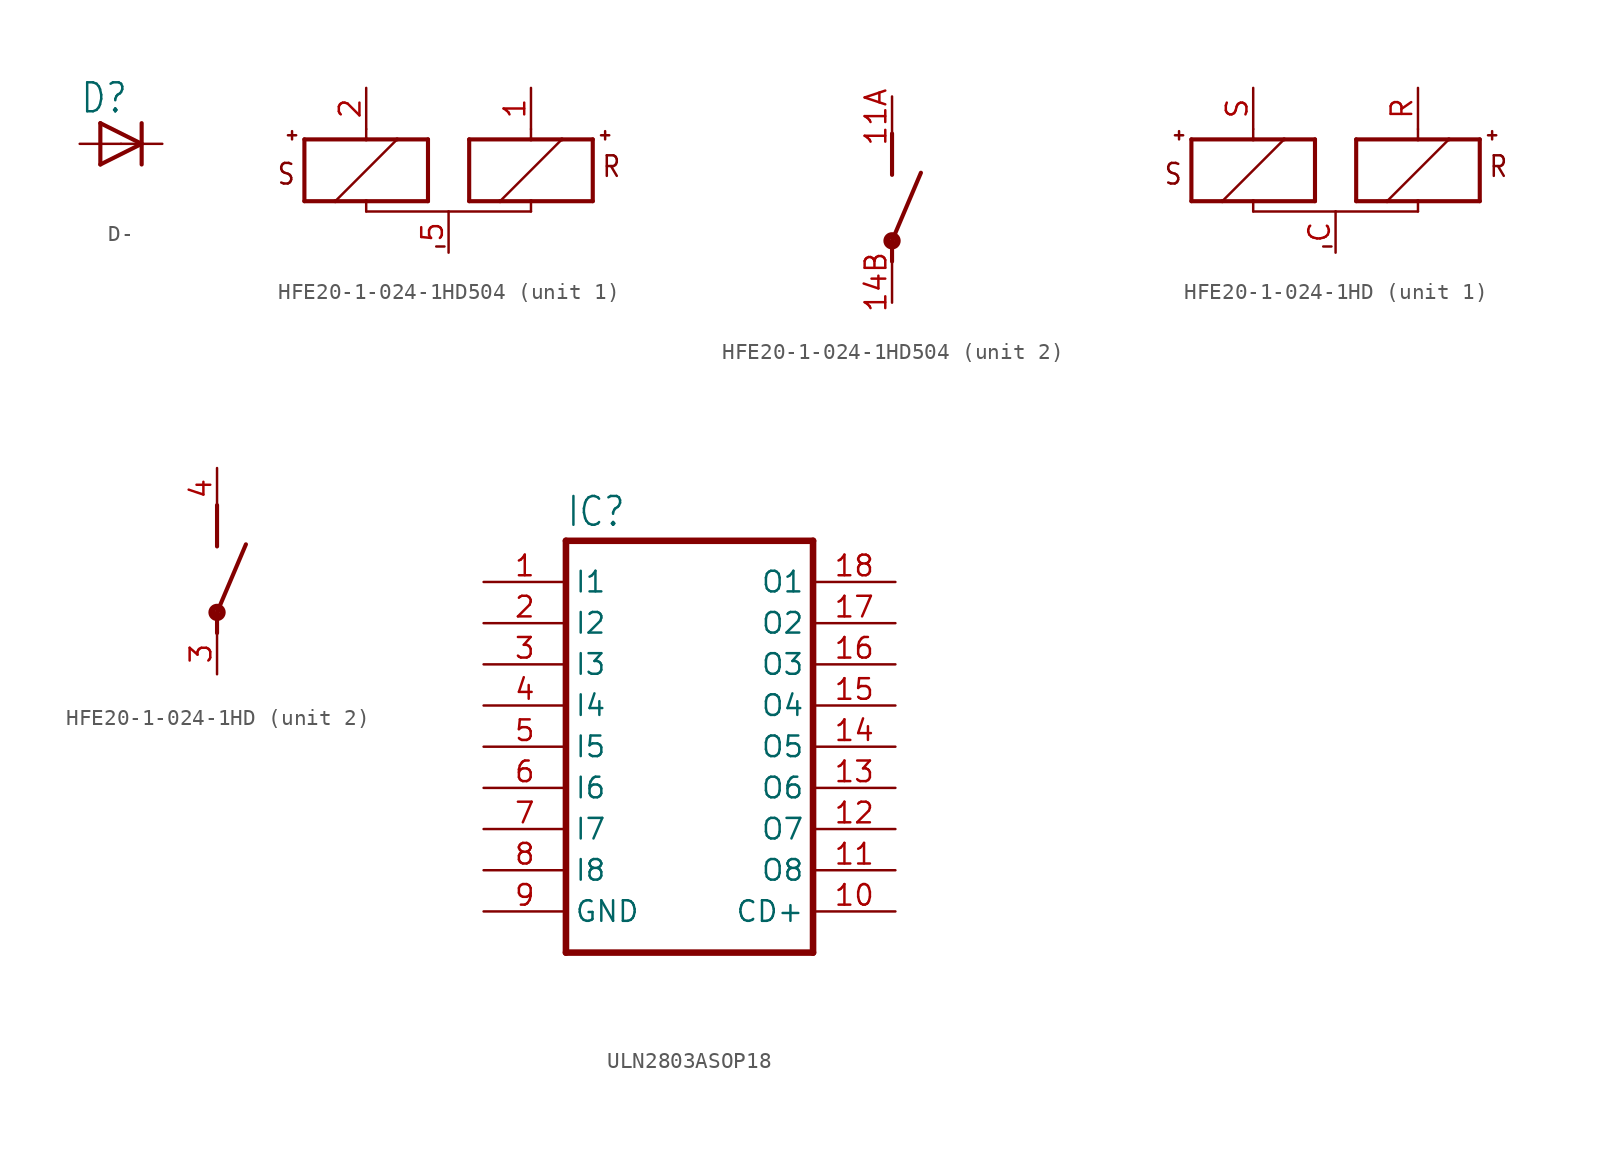
<source format=kicad_sym>
(kicad_symbol_lib
  (version 20220914)
  (generator kicad_symbol_editor)
  (symbol "D-"
    (property "Reference" "D"
      (at -2.54 1.778 0)
      (effects (font (size 1.778 1.511)) (justify left bottom)))
    (property "Value" ""
      (at -2.54 -3.683 0)
      (effects (font (size 1.778 1.511)) (justify left bottom)))
    (property "ki_locked" ""
      (at 0 0 0)
      (effects (font (size 1.27 1.27))))
    (symbol "D-_1_0"
      (polyline (pts (xy -1.27 -1.27) (xy 1.27 0)) (stroke (width 0.254) (type solid)) (fill (type none)))
      (polyline (pts (xy -1.27 1.27) (xy -1.27 -1.27)) (stroke (width 0.254) (type solid)) (fill (type none)))
      (polyline (pts (xy 1.27 0) (xy -1.27 1.27)) (stroke (width 0.254) (type solid)) (fill (type none)))
      (polyline (pts (xy 1.27 0) (xy 1.27 -1.27)) (stroke (width 0.254) (type solid)) (fill (type none)))
      (polyline (pts (xy 1.27 1.27) (xy 1.27 0)) (stroke (width 0.254) (type solid)) (fill (type none)))
      (pin passive line (at 2.54 0 180) (length 2.54) (name "C" (effects (font (size 0 0)))) (number "1" (effects (font (size 0 0)))))
      (pin passive line (at -2.54 0 0) (length 2.54) (name "A" (effects (font (size 0 0)))) (number "2" (effects (font (size 0 0)))))))
  (symbol "HFE20-1-024-1HD504"
    (property "Reference" ""
      (at 2.54 0 0)
      (effects (font (size 1.778 1.511)) (justify left bottom) hide))
    (property "ki_locked" ""
      (at 0 0 0)
      (effects (font (size 1.27 1.27))))
    (symbol "HFE20-1-024-1HD504_1_0"
      (polyline (pts (xy -14.732 2.413) (xy -14.732 1.905)) (stroke (width 0.152) (type solid)) (fill (type none)))
      (polyline (pts (xy -14.478 2.159) (xy -14.986 2.159)) (stroke (width 0.152) (type solid)) (fill (type none)))
      (polyline (pts (xy -13.97 -1.905) (xy -12.065 -1.905)) (stroke (width 0.254) (type solid)) (fill (type none)))
      (polyline (pts (xy -13.97 1.905) (xy -13.97 -1.905)) (stroke (width 0.254) (type solid)) (fill (type none)))
      (polyline (pts (xy -12.065 -1.905) (xy -10.16 -1.905)) (stroke (width 0.254) (type solid)) (fill (type none)))
      (polyline (pts (xy -10.16 -2.54) (xy -10.16 -1.905)) (stroke (width 0.152) (type solid)) (fill (type none)))
      (polyline (pts (xy -10.16 -1.905) (xy -6.35 -1.905)) (stroke (width 0.254) (type solid)) (fill (type none)))
      (polyline (pts (xy -10.16 1.905) (xy -13.97 1.905)) (stroke (width 0.254) (type solid)) (fill (type none)))
      (polyline (pts (xy -10.16 2.54) (xy -10.16 1.905)) (stroke (width 0.152) (type solid)) (fill (type none)))
      (polyline (pts (xy -8.255 1.905) (xy -12.065 -1.905)) (stroke (width 0.152) (type solid)) (fill (type none)))
      (polyline (pts (xy -8.255 1.905) (xy -10.16 1.905)) (stroke (width 0.254) (type solid)) (fill (type none)))
      (polyline (pts (xy -6.35 -1.905) (xy -6.35 1.905)) (stroke (width 0.254) (type solid)) (fill (type none)))
      (polyline (pts (xy -6.35 1.905) (xy -8.255 1.905)) (stroke (width 0.254) (type solid)) (fill (type none)))
      (polyline (pts (xy -5.842 -4.699) (xy -5.334 -4.699)) (stroke (width 0.152) (type solid)) (fill (type none)))
      (polyline (pts (xy -5.08 -2.54) (xy -10.16 -2.54)) (stroke (width 0.152) (type solid)) (fill (type none)))
      (polyline (pts (xy -5.08 -2.54) (xy 0 -2.54)) (stroke (width 0.152) (type solid)) (fill (type none)))
      (polyline (pts (xy -3.81 -1.905) (xy -1.905 -1.905)) (stroke (width 0.254) (type solid)) (fill (type none)))
      (polyline (pts (xy -3.81 1.905) (xy -3.81 -1.905)) (stroke (width 0.254) (type solid)) (fill (type none)))
      (polyline (pts (xy -1.905 -1.905) (xy 0 -1.905)) (stroke (width 0.254) (type solid)) (fill (type none)))
      (polyline (pts (xy -1.905 -1.905) (xy 1.905 1.905)) (stroke (width 0.152) (type solid)) (fill (type none)))
      (polyline (pts (xy 0 -2.54) (xy 0 -1.905)) (stroke (width 0.152) (type solid)) (fill (type none)))
      (polyline (pts (xy 0 -1.905) (xy 3.81 -1.905)) (stroke (width 0.254) (type solid)) (fill (type none)))
      (polyline (pts (xy 0 1.905) (xy -3.81 1.905)) (stroke (width 0.254) (type solid)) (fill (type none)))
      (polyline (pts (xy 0 2.54) (xy 0 1.905)) (stroke (width 0.152) (type solid)) (fill (type none)))
      (polyline (pts (xy 1.905 1.905) (xy 0 1.905)) (stroke (width 0.254) (type solid)) (fill (type none)))
      (polyline (pts (xy 3.81 -1.905) (xy 3.81 1.905)) (stroke (width 0.254) (type solid)) (fill (type none)))
      (polyline (pts (xy 3.81 1.905) (xy 1.905 1.905)) (stroke (width 0.254) (type solid)) (fill (type none)))
      (polyline (pts (xy 4.318 2.159) (xy 4.826 2.159)) (stroke (width 0.152) (type solid)) (fill (type none)))
      (polyline (pts (xy 4.572 2.413) (xy 4.572 1.905)) (stroke (width 0.152) (type solid)) (fill (type none)))
      (text "R" (at 4.318 -0.508 0) (effects (font (size 1.27 1.079)) (justify left bottom)))
      (text "S" (at -14.478 0.508 0) (effects (font (size 1.27 1.079)) (justify right top)))
      (pin passive line (at 0 5.08 270) (length 2.54) (name "R+" (effects (font (size 0 0)))) (number "1" (effects (font (size 1.27 1.27)))))
      (pin passive line (at -10.16 5.08 270) (length 2.54) (name "S+" (effects (font (size 0 0)))) (number "2" (effects (font (size 1.27 1.27)))))
      (pin passive line (at -5.08 -5.08 90) (length 2.54) (name "-" (effects (font (size 0 0)))) (number "5" (effects (font (size 1.27 1.27))))))
    (symbol "HFE20-1-024-1HD504_2_0"
      (polyline (pts (xy 0 1.27) (xy 0 0)) (stroke (width 0.254) (type solid)) (fill (type none)))
      (polyline (pts (xy 0 1.27) (xy 1.778 5.461)) (stroke (width 0.254) (type solid)) (fill (type none)))
      (polyline (pts (xy 0 5.334) (xy 0 7.874)) (stroke (width 0.254) (type solid)) (fill (type none)))
      (circle (center 0 1.27) (radius 0.127) (stroke (width 0.406) (type solid)) (fill (type none)))
      (pin passive line (at 0 10.16 270) (length 2.54) (name "PB" (effects (font (size 0 0)))) (number "11A" (effects (font (size 1.27 1.27)))))
      (pin passive line (at 0 -2.54 90) (length 2.54) (name "PA" (effects (font (size 0 0)))) (number "14B" (effects (font (size 1.27 1.27)))))))
  (symbol "HFE20-1-024-1HD"
    (property "Reference" ""
      (at 2.54 0 0)
      (effects (font (size 1.778 1.511)) (justify left bottom) hide))
    (property "ki_locked" ""
      (at 0 0 0)
      (effects (font (size 1.27 1.27))))
    (symbol "HFE20-1-024-1HD_1_0"
      (polyline (pts (xy -14.732 2.413) (xy -14.732 1.905)) (stroke (width 0.152) (type solid)) (fill (type none)))
      (polyline (pts (xy -14.478 2.159) (xy -14.986 2.159)) (stroke (width 0.152) (type solid)) (fill (type none)))
      (polyline (pts (xy -13.97 -1.905) (xy -12.065 -1.905)) (stroke (width 0.254) (type solid)) (fill (type none)))
      (polyline (pts (xy -13.97 1.905) (xy -13.97 -1.905)) (stroke (width 0.254) (type solid)) (fill (type none)))
      (polyline (pts (xy -12.065 -1.905) (xy -10.16 -1.905)) (stroke (width 0.254) (type solid)) (fill (type none)))
      (polyline (pts (xy -10.16 -2.54) (xy -10.16 -1.905)) (stroke (width 0.152) (type solid)) (fill (type none)))
      (polyline (pts (xy -10.16 -1.905) (xy -6.35 -1.905)) (stroke (width 0.254) (type solid)) (fill (type none)))
      (polyline (pts (xy -10.16 1.905) (xy -13.97 1.905)) (stroke (width 0.254) (type solid)) (fill (type none)))
      (polyline (pts (xy -10.16 2.54) (xy -10.16 1.905)) (stroke (width 0.152) (type solid)) (fill (type none)))
      (polyline (pts (xy -8.255 1.905) (xy -12.065 -1.905)) (stroke (width 0.152) (type solid)) (fill (type none)))
      (polyline (pts (xy -8.255 1.905) (xy -10.16 1.905)) (stroke (width 0.254) (type solid)) (fill (type none)))
      (polyline (pts (xy -6.35 -1.905) (xy -6.35 1.905)) (stroke (width 0.254) (type solid)) (fill (type none)))
      (polyline (pts (xy -6.35 1.905) (xy -8.255 1.905)) (stroke (width 0.254) (type solid)) (fill (type none)))
      (polyline (pts (xy -5.842 -4.699) (xy -5.334 -4.699)) (stroke (width 0.152) (type solid)) (fill (type none)))
      (polyline (pts (xy -5.08 -2.54) (xy -10.16 -2.54)) (stroke (width 0.152) (type solid)) (fill (type none)))
      (polyline (pts (xy -5.08 -2.54) (xy 0 -2.54)) (stroke (width 0.152) (type solid)) (fill (type none)))
      (polyline (pts (xy -3.81 -1.905) (xy -1.905 -1.905)) (stroke (width 0.254) (type solid)) (fill (type none)))
      (polyline (pts (xy -3.81 1.905) (xy -3.81 -1.905)) (stroke (width 0.254) (type solid)) (fill (type none)))
      (polyline (pts (xy -1.905 -1.905) (xy 0 -1.905)) (stroke (width 0.254) (type solid)) (fill (type none)))
      (polyline (pts (xy -1.905 -1.905) (xy 1.905 1.905)) (stroke (width 0.152) (type solid)) (fill (type none)))
      (polyline (pts (xy 0 -2.54) (xy 0 -1.905)) (stroke (width 0.152) (type solid)) (fill (type none)))
      (polyline (pts (xy 0 -1.905) (xy 3.81 -1.905)) (stroke (width 0.254) (type solid)) (fill (type none)))
      (polyline (pts (xy 0 1.905) (xy -3.81 1.905)) (stroke (width 0.254) (type solid)) (fill (type none)))
      (polyline (pts (xy 0 2.54) (xy 0 1.905)) (stroke (width 0.152) (type solid)) (fill (type none)))
      (polyline (pts (xy 1.905 1.905) (xy 0 1.905)) (stroke (width 0.254) (type solid)) (fill (type none)))
      (polyline (pts (xy 3.81 -1.905) (xy 3.81 1.905)) (stroke (width 0.254) (type solid)) (fill (type none)))
      (polyline (pts (xy 3.81 1.905) (xy 1.905 1.905)) (stroke (width 0.254) (type solid)) (fill (type none)))
      (polyline (pts (xy 4.318 2.159) (xy 4.826 2.159)) (stroke (width 0.152) (type solid)) (fill (type none)))
      (polyline (pts (xy 4.572 2.413) (xy 4.572 1.905)) (stroke (width 0.152) (type solid)) (fill (type none)))
      (text "R" (at 4.318 -0.508 0) (effects (font (size 1.27 1.079)) (justify left bottom)))
      (text "S" (at -14.478 0.508 0) (effects (font (size 1.27 1.079)) (justify right top)))
      (pin passive line (at -5.08 -5.08 90) (length 2.54) (name "-" (effects (font (size 0 0)))) (number "C" (effects (font (size 1.27 1.27)))))
      (pin passive line (at 0 5.08 270) (length 2.54) (name "R+" (effects (font (size 0 0)))) (number "R" (effects (font (size 1.27 1.27)))))
      (pin passive line (at -10.16 5.08 270) (length 2.54) (name "S+" (effects (font (size 0 0)))) (number "S" (effects (font (size 1.27 1.27))))))
    (symbol "HFE20-1-024-1HD_2_0"
      (polyline (pts (xy 0 1.27) (xy 0 0)) (stroke (width 0.254) (type solid)) (fill (type none)))
      (polyline (pts (xy 0 1.27) (xy 1.778 5.461)) (stroke (width 0.254) (type solid)) (fill (type none)))
      (polyline (pts (xy 0 5.334) (xy 0 7.874)) (stroke (width 0.254) (type solid)) (fill (type none)))
      (circle (center 0 1.27) (radius 0.127) (stroke (width 0.406) (type solid)) (fill (type none)))
      (pin passive line (at 0 -2.54 90) (length 2.54) (name "PA" (effects (font (size 0 0)))) (number "3" (effects (font (size 1.27 1.27)))))
      (pin passive line (at 0 10.16 270) (length 2.54) (name "PB" (effects (font (size 0 0)))) (number "4" (effects (font (size 1.27 1.27)))))))
  (symbol "ULN2803ASOP18"
    (property "Reference" "IC"
      (at -7.62 13.462 0)
      (effects (font (size 1.778 1.511)) (justify left bottom)))
    (property "Value" ""
      (at -7.62 -15.24 0)
      (effects (font (size 1.778 1.511)) (justify left bottom)))
    (property "ki_locked" ""
      (at 0 0 0)
      (effects (font (size 1.27 1.27))))
    (symbol "ULN2803ASOP18_1_0"
      (polyline (pts (xy -7.62 12.7) (xy -7.62 -12.7)) (stroke (width 0.406) (type solid)) (fill (type none)))
      (polyline (pts (xy -7.62 12.7) (xy 7.62 12.7)) (stroke (width 0.406) (type solid)) (fill (type none)))
      (polyline (pts (xy 7.62 -12.7) (xy -7.62 -12.7)) (stroke (width 0.406) (type solid)) (fill (type none)))
      (polyline (pts (xy 7.62 -12.7) (xy 7.62 12.7)) (stroke (width 0.406) (type solid)) (fill (type none)))
      (pin input line (at -12.7 10.16 0) (length 5.08) (name "I1" (effects (font (size 1.27 1.27)))) (number "1" (effects (font (size 1.27 1.27)))))
      (pin passive line (at 12.7 -10.16 180) (length 5.08) (name "CD+" (effects (font (size 1.27 1.27)))) (number "10" (effects (font (size 1.27 1.27)))))
      (pin open_collector line (at 12.7 -7.62 180) (length 5.08) (name "O8" (effects (font (size 1.27 1.27)))) (number "11" (effects (font (size 1.27 1.27)))))
      (pin open_collector line (at 12.7 -5.08 180) (length 5.08) (name "O7" (effects (font (size 1.27 1.27)))) (number "12" (effects (font (size 1.27 1.27)))))
      (pin open_collector line (at 12.7 -2.54 180) (length 5.08) (name "O6" (effects (font (size 1.27 1.27)))) (number "13" (effects (font (size 1.27 1.27)))))
      (pin open_collector line (at 12.7 0 180) (length 5.08) (name "O5" (effects (font (size 1.27 1.27)))) (number "14" (effects (font (size 1.27 1.27)))))
      (pin open_collector line (at 12.7 2.54 180) (length 5.08) (name "O4" (effects (font (size 1.27 1.27)))) (number "15" (effects (font (size 1.27 1.27)))))
      (pin open_collector line (at 12.7 5.08 180) (length 5.08) (name "O3" (effects (font (size 1.27 1.27)))) (number "16" (effects (font (size 1.27 1.27)))))
      (pin open_collector line (at 12.7 7.62 180) (length 5.08) (name "O2" (effects (font (size 1.27 1.27)))) (number "17" (effects (font (size 1.27 1.27)))))
      (pin open_collector line (at 12.7 10.16 180) (length 5.08) (name "O1" (effects (font (size 1.27 1.27)))) (number "18" (effects (font (size 1.27 1.27)))))
      (pin input line (at -12.7 7.62 0) (length 5.08) (name "I2" (effects (font (size 1.27 1.27)))) (number "2" (effects (font (size 1.27 1.27)))))
      (pin input line (at -12.7 5.08 0) (length 5.08) (name "I3" (effects (font (size 1.27 1.27)))) (number "3" (effects (font (size 1.27 1.27)))))
      (pin input line (at -12.7 2.54 0) (length 5.08) (name "I4" (effects (font (size 1.27 1.27)))) (number "4" (effects (font (size 1.27 1.27)))))
      (pin input line (at -12.7 0 0) (length 5.08) (name "I5" (effects (font (size 1.27 1.27)))) (number "5" (effects (font (size 1.27 1.27)))))
      (pin input line (at -12.7 -2.54 0) (length 5.08) (name "I6" (effects (font (size 1.27 1.27)))) (number "6" (effects (font (size 1.27 1.27)))))
      (pin input line (at -12.7 -5.08 0) (length 5.08) (name "I7" (effects (font (size 1.27 1.27)))) (number "7" (effects (font (size 1.27 1.27)))))
      (pin input line (at -12.7 -7.62 0) (length 5.08) (name "I8" (effects (font (size 1.27 1.27)))) (number "8" (effects (font (size 1.27 1.27)))))
      (pin power_in line (at -12.7 -10.16 0) (length 5.08) (name "GND" (effects (font (size 1.27 1.27)))) (number "9" (effects (font (size 1.27 1.27))))))))
</source>
